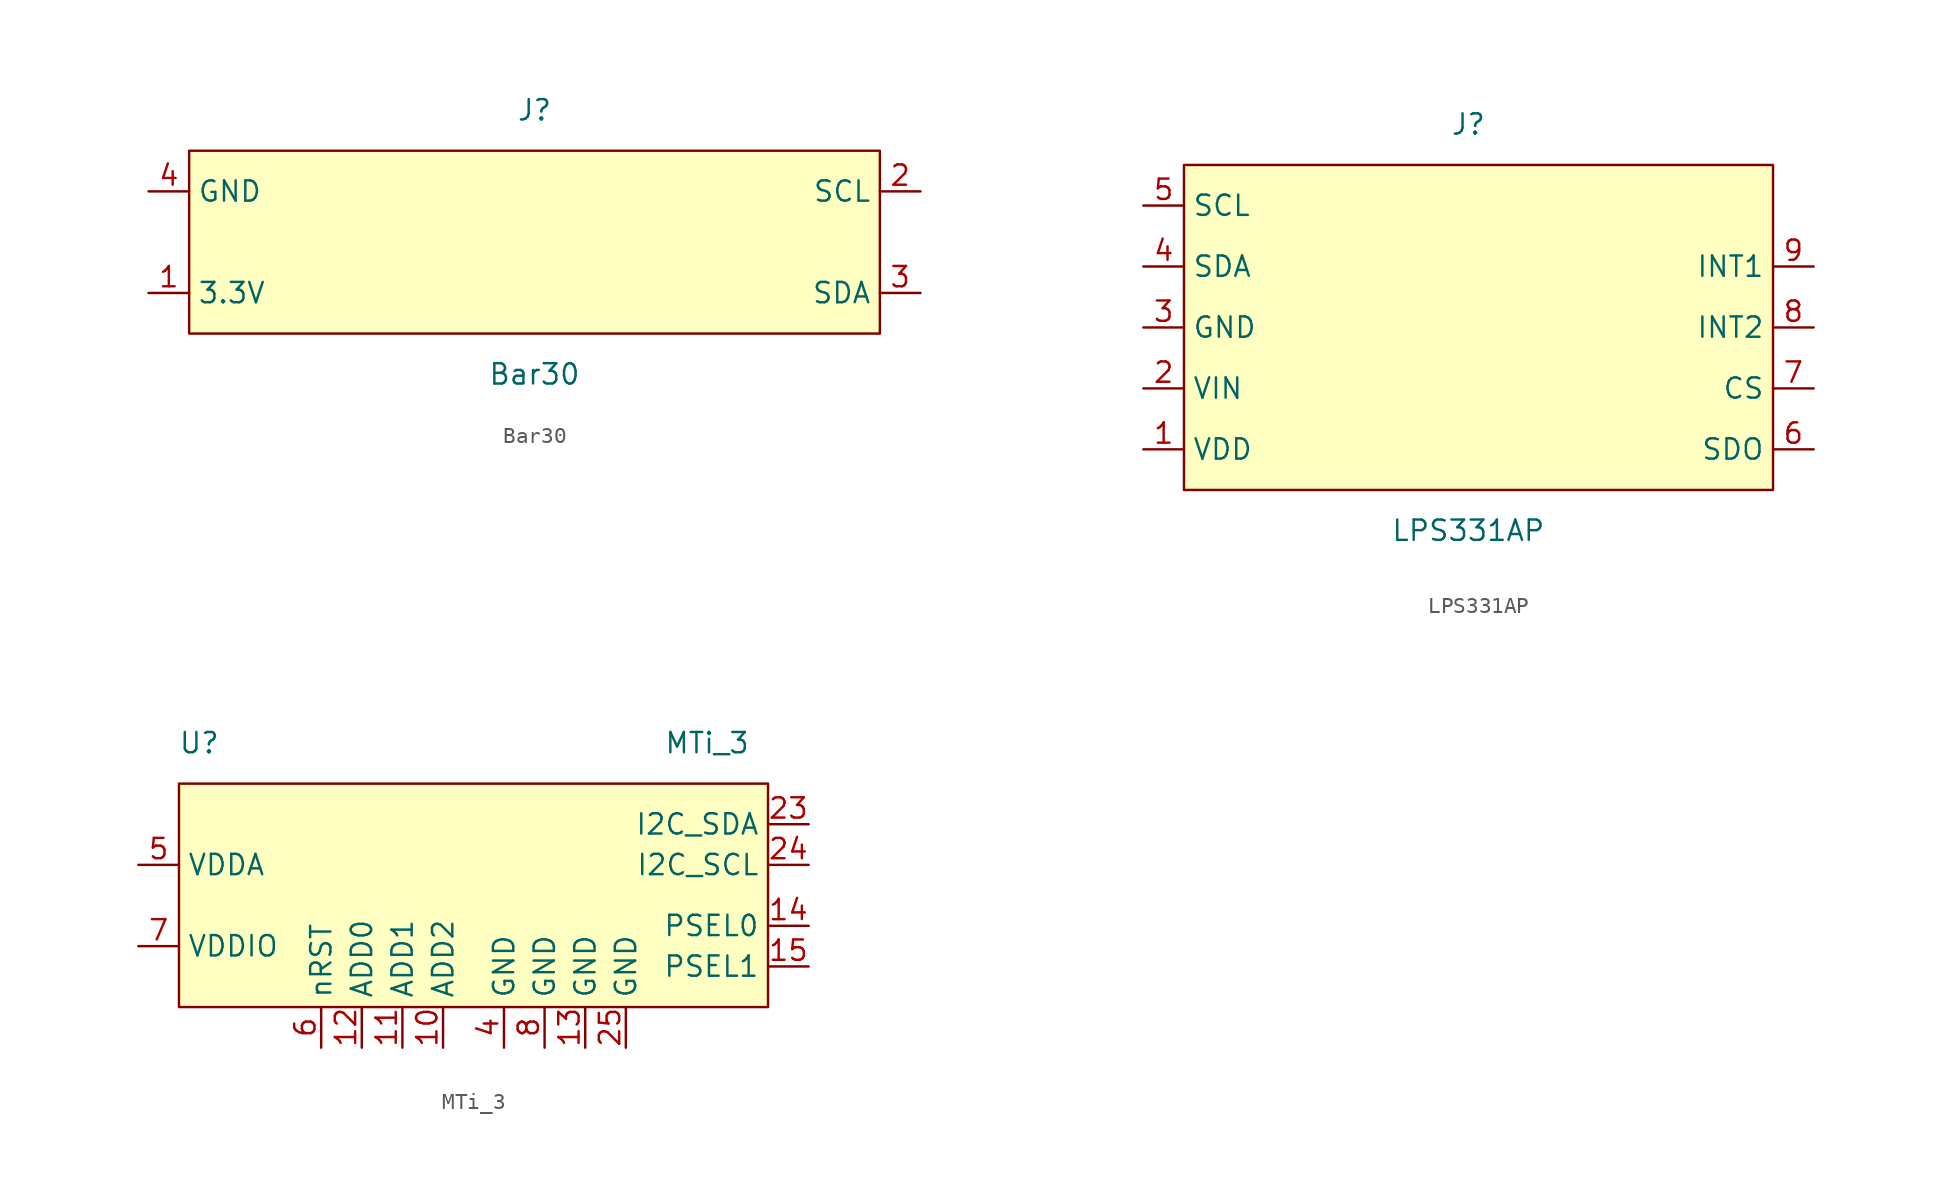
<source format=kicad_sym>
(kicad_symbol_lib
  (version 20220914)
  (generator kicad_symbol_editor)
  (symbol "Bar30"
    (property "Reference" "J"
      (at 0 0 0)
      (effects (font (size 1.27 1.27))))
    (property "Value" "Bar30"
      (at 0 -16.51 0)
      (effects (font (size 1.27 1.27))))
    (symbol "Bar30_1_1"
      (rectangle (start -21.59 -2.54) (end 21.59 -13.97) (stroke (width 0) (type default)) (fill (type background)))
      (pin power_in line (at -24.13 -11.43 0) (length 2.54) (name "3.3V" (effects (font (size 1.27 1.27)))) (number "1" (effects (font (size 1.27 1.27)))))
      (pin input line (at 24.13 -5.08 180) (length 2.54) (name "SCL" (effects (font (size 1.27 1.27)))) (number "2" (effects (font (size 1.27 1.27)))))
      (pin unspecified line (at 24.13 -11.43 180) (length 2.54) (name "SDA" (effects (font (size 1.27 1.27)))) (number "3" (effects (font (size 1.27 1.27)))))
      (pin power_in line (at -24.13 -5.08 0) (length 2.54) (name "GND" (effects (font (size 1.27 1.27)))) (number "4" (effects (font (size 1.27 1.27)))))))
  (symbol "LPS331AP"
    (property "Reference" "J"
      (at 0 0 0)
      (effects (font (size 1.27 1.27))))
    (property "Value" "LPS331AP"
      (at 0 -25.4 0)
      (effects (font (size 1.27 1.27))))
    (symbol "LPS331AP_1_1"
      (rectangle (start -17.78 -2.54) (end 19.05 -22.86) (stroke (width 0) (type default)) (fill (type background)))
      (pin unspecified line (at -20.32 -20.32 0) (length 2.54) (name "VDD" (effects (font (size 1.27 1.27)))) (number "1" (effects (font (size 1.27 1.27)))))
      (pin power_in line (at -20.32 -16.51 0) (length 2.54) (name "VIN" (effects (font (size 1.27 1.27)))) (number "2" (effects (font (size 1.27 1.27)))))
      (pin power_in line (at -20.32 -12.7 0) (length 2.54) (name "GND" (effects (font (size 1.27 1.27)))) (number "3" (effects (font (size 1.27 1.27)))))
      (pin output line (at -20.32 -8.89 0) (length 2.54) (name "SDA" (effects (font (size 1.27 1.27)))) (number "4" (effects (font (size 1.27 1.27)))))
      (pin input line (at -20.32 -5.08 0) (length 2.54) (name "SCL" (effects (font (size 1.27 1.27)))) (number "5" (effects (font (size 1.27 1.27)))))
      (pin unspecified line (at 21.59 -20.32 180) (length 2.54) (name "SDO" (effects (font (size 1.27 1.27)))) (number "6" (effects (font (size 1.27 1.27)))))
      (pin unspecified line (at 21.59 -16.51 180) (length 2.54) (name "CS" (effects (font (size 1.27 1.27)))) (number "7" (effects (font (size 1.27 1.27)))))
      (pin unspecified line (at 21.59 -12.7 180) (length 2.54) (name "INT2" (effects (font (size 1.27 1.27)))) (number "8" (effects (font (size 1.27 1.27)))))
      (pin unspecified line (at 21.59 -8.89 180) (length 2.54) (name "INT1" (effects (font (size 1.27 1.27)))) (number "9" (effects (font (size 1.27 1.27)))))))
  (symbol "MTi_3"
    (property "Reference" "U"
      (at -16.51 1.27 0)
      (effects (font (size 1.27 1.27))))
    (property "Value" "MTi_3"
      (at 15.24 1.27 0)
      (effects (font (size 1.27 1.27))))
    (symbol "MTi_3_1_1"
      (rectangle (start -17.78 -1.27) (end 19.05 -15.24) (stroke (width 0) (type default)) (fill (type background)))
      (pin unspecified line (at -1.27 -17.78 90) (length 2.54) (name "ADD2" (effects (font (size 1.27 1.27)))) (number "10" (effects (font (size 1.27 1.27)))))
      (pin unspecified line (at -3.81 -17.78 90) (length 2.54) (name "ADD1" (effects (font (size 1.27 1.27)))) (number "11" (effects (font (size 1.27 1.27)))))
      (pin unspecified line (at -6.35 -17.78 90) (length 2.54) (name "ADD0" (effects (font (size 1.27 1.27)))) (number "12" (effects (font (size 1.27 1.27)))))
      (pin power_in line (at 7.62 -17.78 90) (length 2.54) (name "GND" (effects (font (size 1.27 1.27)))) (number "13" (effects (font (size 1.27 1.27)))))
      (pin unspecified line (at 21.59 -10.16 180) (length 2.54) (name "PSEL0" (effects (font (size 1.27 1.27)))) (number "14" (effects (font (size 1.27 1.27)))))
      (pin unspecified line (at 21.59 -12.7 180) (length 2.54) (name "PSEL1" (effects (font (size 1.27 1.27)))) (number "15" (effects (font (size 1.27 1.27)))))
      (pin output line (at 21.59 -3.81 180) (length 2.54) (name "I2C_SDA" (effects (font (size 1.27 1.27)))) (number "23" (effects (font (size 1.27 1.27)))))
      (pin input line (at 21.59 -6.35 180) (length 2.54) (name "I2C_SCL" (effects (font (size 1.27 1.27)))) (number "24" (effects (font (size 1.27 1.27)))))
      (pin power_in line (at 10.16 -17.78 90) (length 2.54) (name "GND" (effects (font (size 1.27 1.27)))) (number "25" (effects (font (size 1.27 1.27)))))
      (pin power_in line (at 2.54 -17.78 90) (length 2.54) (name "GND" (effects (font (size 1.27 1.27)))) (number "4" (effects (font (size 1.27 1.27)))))
      (pin power_in line (at -20.32 -6.35 0) (length 2.54) (name "VDDA" (effects (font (size 1.27 1.27)))) (number "5" (effects (font (size 1.27 1.27)))))
      (pin unspecified line (at -8.89 -17.78 90) (length 2.54) (name "nRST" (effects (font (size 1.27 1.27)))) (number "6" (effects (font (size 1.27 1.27)))))
      (pin power_in line (at -20.32 -11.43 0) (length 2.54) (name "VDDIO" (effects (font (size 1.27 1.27)))) (number "7" (effects (font (size 1.27 1.27)))))
      (pin power_in line (at 5.08 -17.78 90) (length 2.54) (name "GND" (effects (font (size 1.27 1.27)))) (number "8" (effects (font (size 1.27 1.27))))))))
</source>
